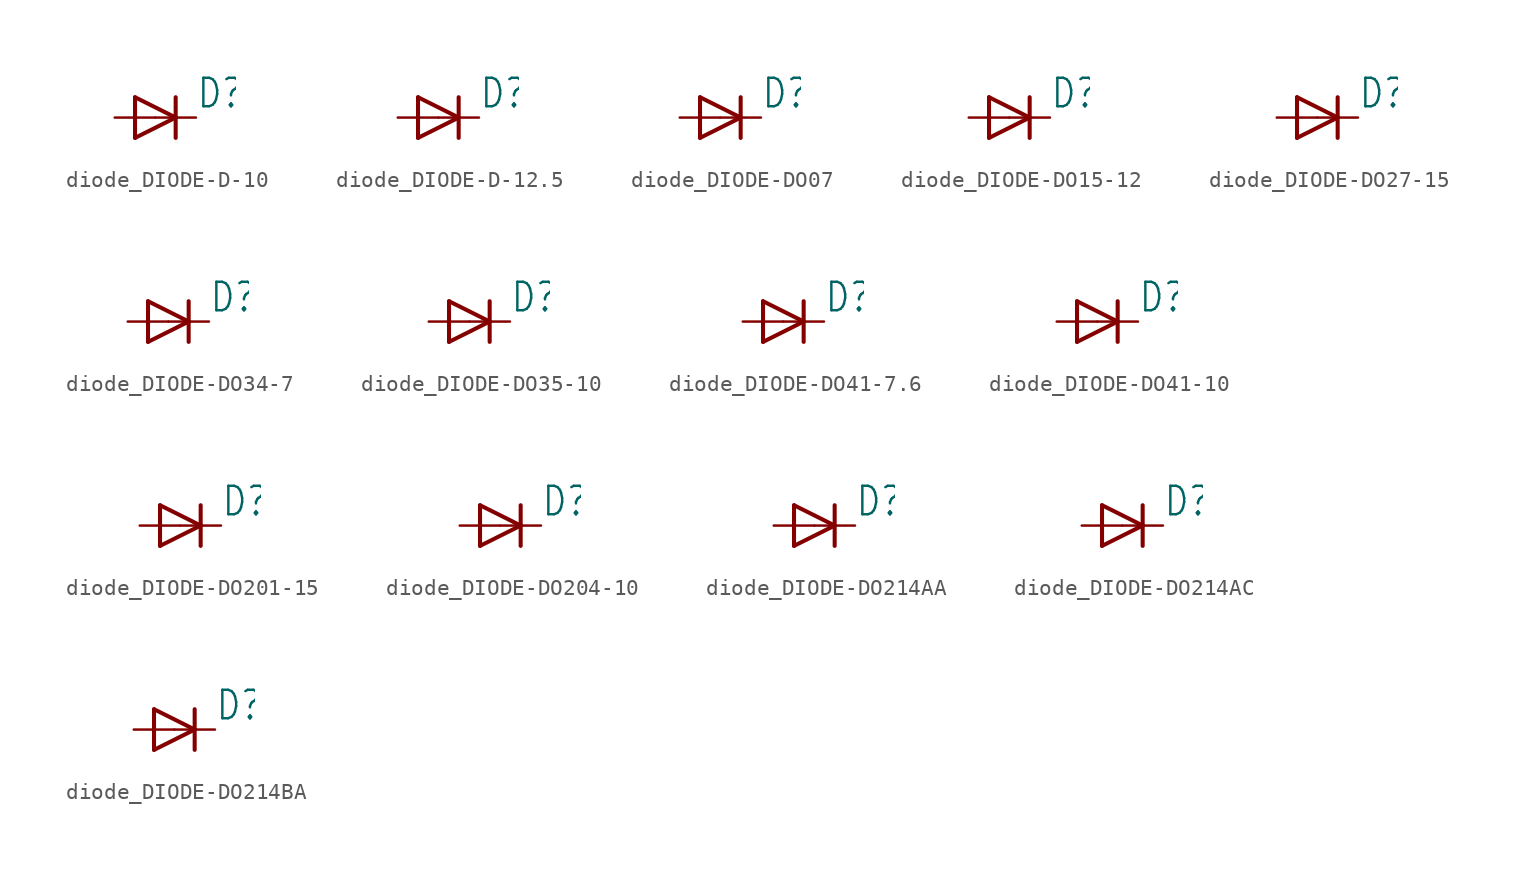
<source format=kicad_sym>
(kicad_symbol_lib
  (version 20231120)
  (generator "kicad_symbol_editor")
  (generator_version "8.0")
  (symbol "diode_DIODE-D-10"
    (property "Reference" "D"
      (at 2.54 0.483 0)
      (effects (font (size 1.778 1.511)) (justify left bottom)))
    (property "Value" ""
      (at 2.54 -2.311 0)
      (effects (font (size 1.778 1.511)) (justify left bottom)))
    (property "ki_locked" ""
      (at 0 0 0)
      (effects (font (size 1.27 1.27))))
    (symbol "diode_DIODE-D-10_1_0"
      (polyline (pts (xy -1.27 -1.27) (xy 1.27 0)) (stroke (width 0.254) (type solid)) (fill (type none)))
      (polyline (pts (xy -1.27 1.27) (xy -1.27 -1.27)) (stroke (width 0.254) (type solid)) (fill (type none)))
      (polyline (pts (xy 1.27 0) (xy -1.27 1.27)) (stroke (width 0.254) (type solid)) (fill (type none)))
      (polyline (pts (xy 1.27 0) (xy 1.27 -1.27)) (stroke (width 0.254) (type solid)) (fill (type none)))
      (polyline (pts (xy 1.27 1.27) (xy 1.27 0)) (stroke (width 0.254) (type solid)) (fill (type none)))
      (pin passive line (at -2.54 0 0) (length 2.54) (name "A" (effects (font (size 0 0)))) (number "A" (effects (font (size 0 0)))))
      (pin passive line (at 2.54 0 180) (length 2.54) (name "C" (effects (font (size 0 0)))) (number "C" (effects (font (size 0 0)))))))
  (symbol "diode_DIODE-D-12.5"
    (property "Reference" "D"
      (at 2.54 0.483 0)
      (effects (font (size 1.778 1.511)) (justify left bottom)))
    (property "Value" ""
      (at 2.54 -2.311 0)
      (effects (font (size 1.778 1.511)) (justify left bottom)))
    (property "ki_locked" ""
      (at 0 0 0)
      (effects (font (size 1.27 1.27))))
    (symbol "diode_DIODE-D-12.5_1_0"
      (polyline (pts (xy -1.27 -1.27) (xy 1.27 0)) (stroke (width 0.254) (type solid)) (fill (type none)))
      (polyline (pts (xy -1.27 1.27) (xy -1.27 -1.27)) (stroke (width 0.254) (type solid)) (fill (type none)))
      (polyline (pts (xy 1.27 0) (xy -1.27 1.27)) (stroke (width 0.254) (type solid)) (fill (type none)))
      (polyline (pts (xy 1.27 0) (xy 1.27 -1.27)) (stroke (width 0.254) (type solid)) (fill (type none)))
      (polyline (pts (xy 1.27 1.27) (xy 1.27 0)) (stroke (width 0.254) (type solid)) (fill (type none)))
      (pin passive line (at -2.54 0 0) (length 2.54) (name "A" (effects (font (size 0 0)))) (number "A" (effects (font (size 0 0)))))
      (pin passive line (at 2.54 0 180) (length 2.54) (name "C" (effects (font (size 0 0)))) (number "C" (effects (font (size 0 0)))))))
  (symbol "diode_DIODE-DO07"
    (property "Reference" "D"
      (at 2.54 0.483 0)
      (effects (font (size 1.778 1.511)) (justify left bottom)))
    (property "Value" ""
      (at 2.54 -2.311 0)
      (effects (font (size 1.778 1.511)) (justify left bottom)))
    (property "ki_locked" ""
      (at 0 0 0)
      (effects (font (size 1.27 1.27))))
    (symbol "diode_DIODE-DO07_1_0"
      (polyline (pts (xy -1.27 -1.27) (xy 1.27 0)) (stroke (width 0.254) (type solid)) (fill (type none)))
      (polyline (pts (xy -1.27 1.27) (xy -1.27 -1.27)) (stroke (width 0.254) (type solid)) (fill (type none)))
      (polyline (pts (xy 1.27 0) (xy -1.27 1.27)) (stroke (width 0.254) (type solid)) (fill (type none)))
      (polyline (pts (xy 1.27 0) (xy 1.27 -1.27)) (stroke (width 0.254) (type solid)) (fill (type none)))
      (polyline (pts (xy 1.27 1.27) (xy 1.27 0)) (stroke (width 0.254) (type solid)) (fill (type none)))
      (pin passive line (at -2.54 0 0) (length 2.54) (name "A" (effects (font (size 0 0)))) (number "A" (effects (font (size 0 0)))))
      (pin passive line (at 2.54 0 180) (length 2.54) (name "C" (effects (font (size 0 0)))) (number "C" (effects (font (size 0 0)))))))
  (symbol "diode_DIODE-DO15-12"
    (property "Reference" "D"
      (at 2.54 0.483 0)
      (effects (font (size 1.778 1.511)) (justify left bottom)))
    (property "Value" ""
      (at 2.54 -2.311 0)
      (effects (font (size 1.778 1.511)) (justify left bottom)))
    (property "ki_locked" ""
      (at 0 0 0)
      (effects (font (size 1.27 1.27))))
    (symbol "diode_DIODE-DO15-12_1_0"
      (polyline (pts (xy -1.27 -1.27) (xy 1.27 0)) (stroke (width 0.254) (type solid)) (fill (type none)))
      (polyline (pts (xy -1.27 1.27) (xy -1.27 -1.27)) (stroke (width 0.254) (type solid)) (fill (type none)))
      (polyline (pts (xy 1.27 0) (xy -1.27 1.27)) (stroke (width 0.254) (type solid)) (fill (type none)))
      (polyline (pts (xy 1.27 0) (xy 1.27 -1.27)) (stroke (width 0.254) (type solid)) (fill (type none)))
      (polyline (pts (xy 1.27 1.27) (xy 1.27 0)) (stroke (width 0.254) (type solid)) (fill (type none)))
      (pin passive line (at -2.54 0 0) (length 2.54) (name "A" (effects (font (size 0 0)))) (number "A" (effects (font (size 0 0)))))
      (pin passive line (at 2.54 0 180) (length 2.54) (name "C" (effects (font (size 0 0)))) (number "C" (effects (font (size 0 0)))))))
  (symbol "diode_DIODE-DO27-15"
    (property "Reference" "D"
      (at 2.54 0.483 0)
      (effects (font (size 1.778 1.511)) (justify left bottom)))
    (property "Value" ""
      (at 2.54 -2.311 0)
      (effects (font (size 1.778 1.511)) (justify left bottom)))
    (property "ki_locked" ""
      (at 0 0 0)
      (effects (font (size 1.27 1.27))))
    (symbol "diode_DIODE-DO27-15_1_0"
      (polyline (pts (xy -1.27 -1.27) (xy 1.27 0)) (stroke (width 0.254) (type solid)) (fill (type none)))
      (polyline (pts (xy -1.27 1.27) (xy -1.27 -1.27)) (stroke (width 0.254) (type solid)) (fill (type none)))
      (polyline (pts (xy 1.27 0) (xy -1.27 1.27)) (stroke (width 0.254) (type solid)) (fill (type none)))
      (polyline (pts (xy 1.27 0) (xy 1.27 -1.27)) (stroke (width 0.254) (type solid)) (fill (type none)))
      (polyline (pts (xy 1.27 1.27) (xy 1.27 0)) (stroke (width 0.254) (type solid)) (fill (type none)))
      (pin passive line (at -2.54 0 0) (length 2.54) (name "A" (effects (font (size 0 0)))) (number "A" (effects (font (size 0 0)))))
      (pin passive line (at 2.54 0 180) (length 2.54) (name "C" (effects (font (size 0 0)))) (number "C" (effects (font (size 0 0)))))))
  (symbol "diode_DIODE-DO34-7"
    (property "Reference" "D"
      (at 2.54 0.483 0)
      (effects (font (size 1.778 1.511)) (justify left bottom)))
    (property "Value" ""
      (at 2.54 -2.311 0)
      (effects (font (size 1.778 1.511)) (justify left bottom)))
    (property "ki_locked" ""
      (at 0 0 0)
      (effects (font (size 1.27 1.27))))
    (symbol "diode_DIODE-DO34-7_1_0"
      (polyline (pts (xy -1.27 -1.27) (xy 1.27 0)) (stroke (width 0.254) (type solid)) (fill (type none)))
      (polyline (pts (xy -1.27 1.27) (xy -1.27 -1.27)) (stroke (width 0.254) (type solid)) (fill (type none)))
      (polyline (pts (xy 1.27 0) (xy -1.27 1.27)) (stroke (width 0.254) (type solid)) (fill (type none)))
      (polyline (pts (xy 1.27 0) (xy 1.27 -1.27)) (stroke (width 0.254) (type solid)) (fill (type none)))
      (polyline (pts (xy 1.27 1.27) (xy 1.27 0)) (stroke (width 0.254) (type solid)) (fill (type none)))
      (pin passive line (at -2.54 0 0) (length 2.54) (name "A" (effects (font (size 0 0)))) (number "A" (effects (font (size 0 0)))))
      (pin passive line (at 2.54 0 180) (length 2.54) (name "C" (effects (font (size 0 0)))) (number "C" (effects (font (size 0 0)))))))
  (symbol "diode_DIODE-DO35-10"
    (property "Reference" "D"
      (at 2.54 0.483 0)
      (effects (font (size 1.778 1.511)) (justify left bottom)))
    (property "Value" ""
      (at 2.54 -2.311 0)
      (effects (font (size 1.778 1.511)) (justify left bottom)))
    (property "ki_locked" ""
      (at 0 0 0)
      (effects (font (size 1.27 1.27))))
    (symbol "diode_DIODE-DO35-10_1_0"
      (polyline (pts (xy -1.27 -1.27) (xy 1.27 0)) (stroke (width 0.254) (type solid)) (fill (type none)))
      (polyline (pts (xy -1.27 1.27) (xy -1.27 -1.27)) (stroke (width 0.254) (type solid)) (fill (type none)))
      (polyline (pts (xy 1.27 0) (xy -1.27 1.27)) (stroke (width 0.254) (type solid)) (fill (type none)))
      (polyline (pts (xy 1.27 0) (xy 1.27 -1.27)) (stroke (width 0.254) (type solid)) (fill (type none)))
      (polyline (pts (xy 1.27 1.27) (xy 1.27 0)) (stroke (width 0.254) (type solid)) (fill (type none)))
      (pin passive line (at -2.54 0 0) (length 2.54) (name "A" (effects (font (size 0 0)))) (number "A" (effects (font (size 0 0)))))
      (pin passive line (at 2.54 0 180) (length 2.54) (name "C" (effects (font (size 0 0)))) (number "C" (effects (font (size 0 0)))))))
  (symbol "diode_DIODE-DO41-7.6"
    (property "Reference" "D"
      (at 2.54 0.483 0)
      (effects (font (size 1.778 1.511)) (justify left bottom)))
    (property "Value" ""
      (at 2.54 -2.311 0)
      (effects (font (size 1.778 1.511)) (justify left bottom)))
    (property "ki_locked" ""
      (at 0 0 0)
      (effects (font (size 1.27 1.27))))
    (symbol "diode_DIODE-DO41-7.6_1_0"
      (polyline (pts (xy -1.27 -1.27) (xy 1.27 0)) (stroke (width 0.254) (type solid)) (fill (type none)))
      (polyline (pts (xy -1.27 1.27) (xy -1.27 -1.27)) (stroke (width 0.254) (type solid)) (fill (type none)))
      (polyline (pts (xy 1.27 0) (xy -1.27 1.27)) (stroke (width 0.254) (type solid)) (fill (type none)))
      (polyline (pts (xy 1.27 0) (xy 1.27 -1.27)) (stroke (width 0.254) (type solid)) (fill (type none)))
      (polyline (pts (xy 1.27 1.27) (xy 1.27 0)) (stroke (width 0.254) (type solid)) (fill (type none)))
      (pin passive line (at -2.54 0 0) (length 2.54) (name "A" (effects (font (size 0 0)))) (number "A" (effects (font (size 0 0)))))
      (pin passive line (at 2.54 0 180) (length 2.54) (name "C" (effects (font (size 0 0)))) (number "C" (effects (font (size 0 0)))))))
  (symbol "diode_DIODE-DO41-10"
    (property "Reference" "D"
      (at 2.54 0.483 0)
      (effects (font (size 1.778 1.511)) (justify left bottom)))
    (property "Value" ""
      (at 2.54 -2.311 0)
      (effects (font (size 1.778 1.511)) (justify left bottom)))
    (property "ki_locked" ""
      (at 0 0 0)
      (effects (font (size 1.27 1.27))))
    (symbol "diode_DIODE-DO41-10_1_0"
      (polyline (pts (xy -1.27 -1.27) (xy 1.27 0)) (stroke (width 0.254) (type solid)) (fill (type none)))
      (polyline (pts (xy -1.27 1.27) (xy -1.27 -1.27)) (stroke (width 0.254) (type solid)) (fill (type none)))
      (polyline (pts (xy 1.27 0) (xy -1.27 1.27)) (stroke (width 0.254) (type solid)) (fill (type none)))
      (polyline (pts (xy 1.27 0) (xy 1.27 -1.27)) (stroke (width 0.254) (type solid)) (fill (type none)))
      (polyline (pts (xy 1.27 1.27) (xy 1.27 0)) (stroke (width 0.254) (type solid)) (fill (type none)))
      (pin passive line (at -2.54 0 0) (length 2.54) (name "A" (effects (font (size 0 0)))) (number "A" (effects (font (size 0 0)))))
      (pin passive line (at 2.54 0 180) (length 2.54) (name "C" (effects (font (size 0 0)))) (number "C" (effects (font (size 0 0)))))))
  (symbol "diode_DIODE-DO201-15"
    (property "Reference" "D"
      (at 2.54 0.483 0)
      (effects (font (size 1.778 1.511)) (justify left bottom)))
    (property "Value" ""
      (at 2.54 -2.311 0)
      (effects (font (size 1.778 1.511)) (justify left bottom)))
    (property "ki_locked" ""
      (at 0 0 0)
      (effects (font (size 1.27 1.27))))
    (symbol "diode_DIODE-DO201-15_1_0"
      (polyline (pts (xy -1.27 -1.27) (xy 1.27 0)) (stroke (width 0.254) (type solid)) (fill (type none)))
      (polyline (pts (xy -1.27 1.27) (xy -1.27 -1.27)) (stroke (width 0.254) (type solid)) (fill (type none)))
      (polyline (pts (xy 1.27 0) (xy -1.27 1.27)) (stroke (width 0.254) (type solid)) (fill (type none)))
      (polyline (pts (xy 1.27 0) (xy 1.27 -1.27)) (stroke (width 0.254) (type solid)) (fill (type none)))
      (polyline (pts (xy 1.27 1.27) (xy 1.27 0)) (stroke (width 0.254) (type solid)) (fill (type none)))
      (pin passive line (at -2.54 0 0) (length 2.54) (name "A" (effects (font (size 0 0)))) (number "A" (effects (font (size 0 0)))))
      (pin passive line (at 2.54 0 180) (length 2.54) (name "C" (effects (font (size 0 0)))) (number "C" (effects (font (size 0 0)))))))
  (symbol "diode_DIODE-DO204-10"
    (property "Reference" "D"
      (at 2.54 0.483 0)
      (effects (font (size 1.778 1.511)) (justify left bottom)))
    (property "Value" ""
      (at 2.54 -2.311 0)
      (effects (font (size 1.778 1.511)) (justify left bottom)))
    (property "ki_locked" ""
      (at 0 0 0)
      (effects (font (size 1.27 1.27))))
    (symbol "diode_DIODE-DO204-10_1_0"
      (polyline (pts (xy -1.27 -1.27) (xy 1.27 0)) (stroke (width 0.254) (type solid)) (fill (type none)))
      (polyline (pts (xy -1.27 1.27) (xy -1.27 -1.27)) (stroke (width 0.254) (type solid)) (fill (type none)))
      (polyline (pts (xy 1.27 0) (xy -1.27 1.27)) (stroke (width 0.254) (type solid)) (fill (type none)))
      (polyline (pts (xy 1.27 0) (xy 1.27 -1.27)) (stroke (width 0.254) (type solid)) (fill (type none)))
      (polyline (pts (xy 1.27 1.27) (xy 1.27 0)) (stroke (width 0.254) (type solid)) (fill (type none)))
      (pin passive line (at -2.54 0 0) (length 2.54) (name "A" (effects (font (size 0 0)))) (number "A" (effects (font (size 0 0)))))
      (pin passive line (at 2.54 0 180) (length 2.54) (name "C" (effects (font (size 0 0)))) (number "C" (effects (font (size 0 0)))))))
  (symbol "diode_DIODE-DO214AA"
    (property "Reference" "D"
      (at 2.54 0.483 0)
      (effects (font (size 1.778 1.511)) (justify left bottom)))
    (property "Value" ""
      (at 2.54 -2.311 0)
      (effects (font (size 1.778 1.511)) (justify left bottom)))
    (property "ki_locked" ""
      (at 0 0 0)
      (effects (font (size 1.27 1.27))))
    (symbol "diode_DIODE-DO214AA_1_0"
      (polyline (pts (xy -1.27 -1.27) (xy 1.27 0)) (stroke (width 0.254) (type solid)) (fill (type none)))
      (polyline (pts (xy -1.27 1.27) (xy -1.27 -1.27)) (stroke (width 0.254) (type solid)) (fill (type none)))
      (polyline (pts (xy 1.27 0) (xy -1.27 1.27)) (stroke (width 0.254) (type solid)) (fill (type none)))
      (polyline (pts (xy 1.27 0) (xy 1.27 -1.27)) (stroke (width 0.254) (type solid)) (fill (type none)))
      (polyline (pts (xy 1.27 1.27) (xy 1.27 0)) (stroke (width 0.254) (type solid)) (fill (type none)))
      (pin passive line (at -2.54 0 0) (length 2.54) (name "A" (effects (font (size 0 0)))) (number "A" (effects (font (size 0 0)))))
      (pin passive line (at 2.54 0 180) (length 2.54) (name "C" (effects (font (size 0 0)))) (number "C" (effects (font (size 0 0)))))))
  (symbol "diode_DIODE-DO214AC"
    (property "Reference" "D"
      (at 2.54 0.483 0)
      (effects (font (size 1.778 1.511)) (justify left bottom)))
    (property "Value" ""
      (at 2.54 -2.311 0)
      (effects (font (size 1.778 1.511)) (justify left bottom)))
    (property "ki_locked" ""
      (at 0 0 0)
      (effects (font (size 1.27 1.27))))
    (symbol "diode_DIODE-DO214AC_1_0"
      (polyline (pts (xy -1.27 -1.27) (xy 1.27 0)) (stroke (width 0.254) (type solid)) (fill (type none)))
      (polyline (pts (xy -1.27 1.27) (xy -1.27 -1.27)) (stroke (width 0.254) (type solid)) (fill (type none)))
      (polyline (pts (xy 1.27 0) (xy -1.27 1.27)) (stroke (width 0.254) (type solid)) (fill (type none)))
      (polyline (pts (xy 1.27 0) (xy 1.27 -1.27)) (stroke (width 0.254) (type solid)) (fill (type none)))
      (polyline (pts (xy 1.27 1.27) (xy 1.27 0)) (stroke (width 0.254) (type solid)) (fill (type none)))
      (pin passive line (at -2.54 0 0) (length 2.54) (name "A" (effects (font (size 0 0)))) (number "A" (effects (font (size 0 0)))))
      (pin passive line (at 2.54 0 180) (length 2.54) (name "C" (effects (font (size 0 0)))) (number "C" (effects (font (size 0 0)))))))
  (symbol "diode_DIODE-DO214BA"
    (property "Reference" "D"
      (at 2.54 0.483 0)
      (effects (font (size 1.778 1.511)) (justify left bottom)))
    (property "Value" ""
      (at 2.54 -2.311 0)
      (effects (font (size 1.778 1.511)) (justify left bottom)))
    (property "ki_locked" ""
      (at 0 0 0)
      (effects (font (size 1.27 1.27))))
    (symbol "diode_DIODE-DO214BA_1_0"
      (polyline (pts (xy -1.27 -1.27) (xy 1.27 0)) (stroke (width 0.254) (type solid)) (fill (type none)))
      (polyline (pts (xy -1.27 1.27) (xy -1.27 -1.27)) (stroke (width 0.254) (type solid)) (fill (type none)))
      (polyline (pts (xy 1.27 0) (xy -1.27 1.27)) (stroke (width 0.254) (type solid)) (fill (type none)))
      (polyline (pts (xy 1.27 0) (xy 1.27 -1.27)) (stroke (width 0.254) (type solid)) (fill (type none)))
      (polyline (pts (xy 1.27 1.27) (xy 1.27 0)) (stroke (width 0.254) (type solid)) (fill (type none)))
      (pin passive line (at -2.54 0 0) (length 2.54) (name "A" (effects (font (size 0 0)))) (number "A" (effects (font (size 0 0)))))
      (pin passive line (at 2.54 0 180) (length 2.54) (name "C" (effects (font (size 0 0)))) (number "C" (effects (font (size 0 0))))))))
</source>
